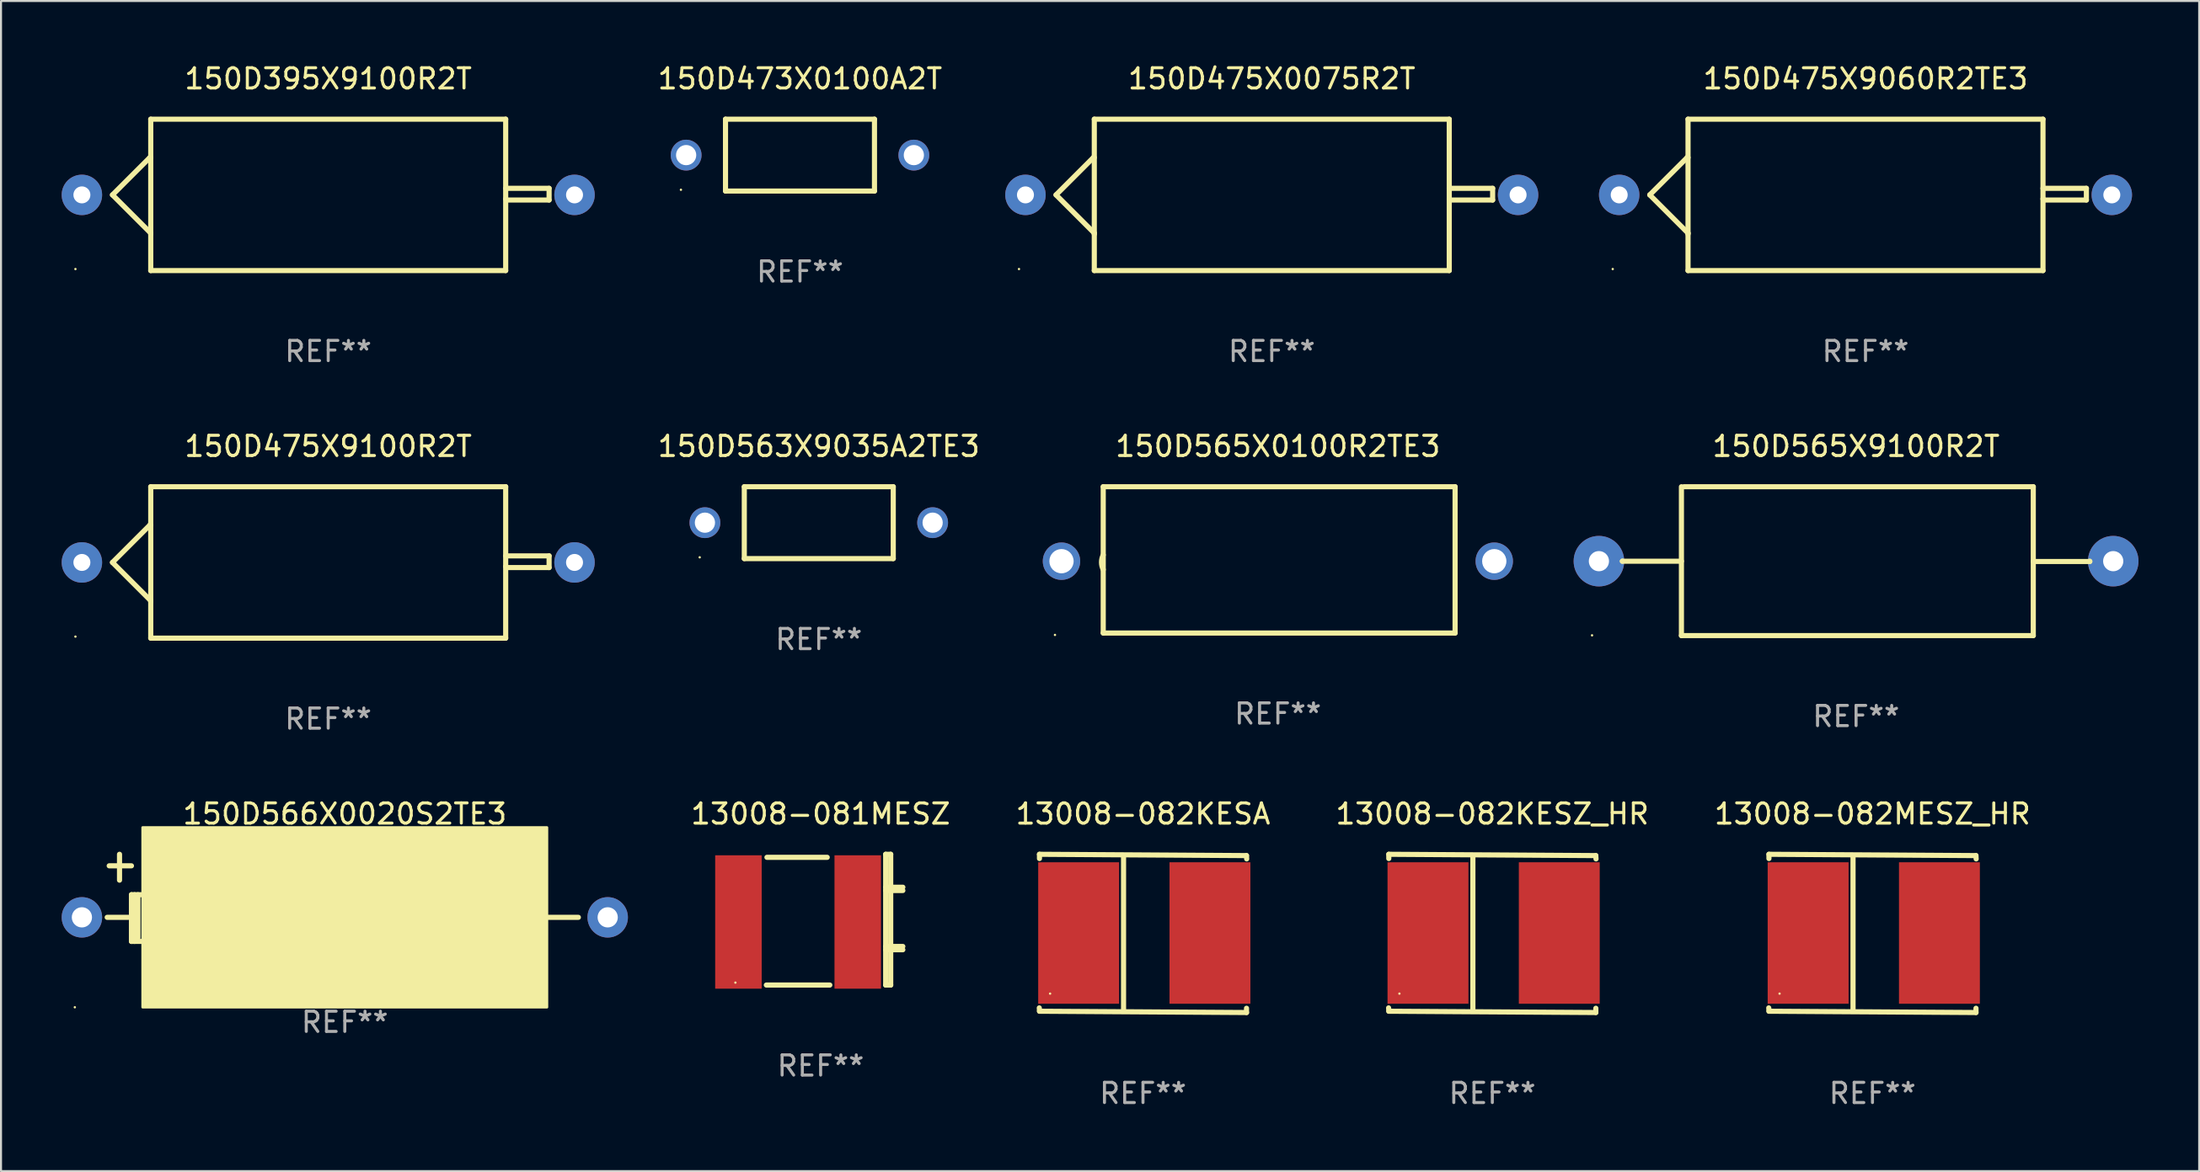
<source format=kicad_pcb>
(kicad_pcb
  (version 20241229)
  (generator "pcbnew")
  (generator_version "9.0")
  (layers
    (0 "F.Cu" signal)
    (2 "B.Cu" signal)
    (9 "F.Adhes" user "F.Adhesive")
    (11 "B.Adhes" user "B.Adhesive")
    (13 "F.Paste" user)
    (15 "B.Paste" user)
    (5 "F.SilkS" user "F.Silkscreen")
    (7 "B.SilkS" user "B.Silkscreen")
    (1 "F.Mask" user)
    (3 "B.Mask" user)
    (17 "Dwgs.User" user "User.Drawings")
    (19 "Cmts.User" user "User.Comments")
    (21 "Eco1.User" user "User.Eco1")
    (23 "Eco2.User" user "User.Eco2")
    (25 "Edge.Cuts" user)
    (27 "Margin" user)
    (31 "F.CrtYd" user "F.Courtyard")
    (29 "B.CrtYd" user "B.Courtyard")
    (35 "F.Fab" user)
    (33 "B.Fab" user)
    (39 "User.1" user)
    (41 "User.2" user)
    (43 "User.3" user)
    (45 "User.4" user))
  (footprint "150D475X0075R2T"
    (layer "F.Cu")
    (at 59.838 6.594)
    (property "Reference" "150D475X0075R2T" (at 0 -5.746 0) (layer "F.SilkS") (effects (font (size 1 1) (thickness 0.15))))
    (attr through_hole)
    (fp_line (start -10.668 0) (end -8.776 1.892) (stroke (width 0.254) (type solid)) (layer "F.SilkS"))
    (fp_line (start -8.821 -1.847) (end -10.668 0) (stroke (width 0.254) (type solid)) (layer "F.SilkS"))
    (fp_line (start -8.776 -1.847) (end -8.821 -1.847) (stroke (width 0.254) (type solid)) (layer "F.SilkS"))
    (fp_line (start -8.776 1.892) (end -8.776 1.943) (stroke (width 0.254) (type solid)) (layer "F.SilkS"))
    (fp_line (start -8.776 -3.746) (end 8.776 -3.746) (stroke (width 0.254) (type solid)) (layer "F.SilkS"))
    (fp_line (start -8.776 3.746) (end -8.776 -3.746) (stroke (width 0.254) (type solid)) (layer "F.SilkS"))
    (fp_line (start 8.776 -3.746) (end 8.776 3.746) (stroke (width 0.254) (type solid)) (layer "F.SilkS"))
    (fp_line (start 8.776 -0.325) (end 10.922 -0.325) (stroke (width 0.254) (type solid)) (layer "F.SilkS"))
    (fp_line (start 8.776 3.746) (end -8.776 3.746) (stroke (width 0.254) (type solid)) (layer "F.SilkS"))
    (fp_line (start 8.831 0.254) (end 8.776 0.199) (stroke (width 0.254) (type solid)) (layer "F.SilkS"))
    (fp_line (start 10.922 -0.325) (end 10.922 0.254) (stroke (width 0.254) (type solid)) (layer "F.SilkS"))
    (fp_line (start 10.922 0.254) (end 8.831 0.254) (stroke (width 0.254) (type solid)) (layer "F.SilkS"))
    (fp_circle (center -12.5 3.67) (end -12.47 3.67) (stroke (width 0.06) (type solid)) (fill no) (layer "F.SilkS"))
    (fp_text user "+" (at -8.323 0.924 0) (layer "B.Mask") (effects (font (size 1 1) (thickness 0.15))))
    (fp_text user "REF**" (at 0 7.746 0) (layer "F.Fab") (effects (font (size 1 1) (thickness 0.15))))
    (pad "1" thru_hole circle (at -12.18 0) (size 2 2) (drill 0.84) (layers "*.Cu" "*.Mask"))
    (pad "2" thru_hole circle (at 12.18 0) (size 2 2) (drill 0.84) (layers "*.Cu" "*.Mask")))
  (footprint "13008-082MESZ_HR"
    (layer "F.Cu")
    (at 89.542 43.141)
    (property "Reference" "13008-082MESZ_HR" (at 0 -5.915 0) (layer "F.SilkS") (effects (font (size 1 1) (thickness 0.15))))
    (attr through_hole)
    (fp_line (start -5.119 -3.915) (end 5.117 -3.851) (stroke (width 0.254) (type solid)) (layer "F.SilkS"))
    (fp_line (start -5.119 -3.704) (end -5.119 -3.915) (stroke (width 0.254) (type solid)) (layer "F.SilkS"))
    (fp_line (start -5.117 3.851) (end -5.128 3.686) (stroke (width 0.254) (type solid)) (layer "F.SilkS"))
    (fp_line (start -0.961 -3.801) (end -0.961 3.824) (stroke (width 0.254) (type solid)) (layer "F.SilkS"))
    (fp_line (start 5.117 -3.851) (end 5.128 -3.686) (stroke (width 0.254) (type solid)) (layer "F.SilkS"))
    (fp_line (start 5.119 3.704) (end 5.119 3.915) (stroke (width 0.254) (type solid)) (layer "F.SilkS"))
    (fp_line (start 5.119 3.915) (end -5.117 3.851) (stroke (width 0.254) (type solid)) (layer "F.SilkS"))
    (fp_circle (center -4.594 2.98) (end -4.564 2.98) (stroke (width 0.06) (type solid)) (fill no) (layer "F.SilkS"))
    (fp_text user "REF**" (at 0 7.915 0) (layer "F.Fab") (effects (font (size 1 1) (thickness 0.15))))
    (pad "1" smd rect (at -3.182 -0.02) (size 4 7) (layers "F.Cu" "F.Mask" "F.Paste"))
    (pad "2" smd rect (at 3.311 -0.02) (size 4 7) (layers "F.Cu" "F.Mask" "F.Paste")))
  (footprint "150D563X9035A2TE3"
    (layer "F.Cu")
    (at 37.438 22.815)
    (property "Reference" "150D563X9035A2TE3" (at 0 -3.778 0) (layer "F.SilkS") (effects (font (size 1 1) (thickness 0.15))))
    (attr through_hole)
    (fp_line (start -3.683 -1.778) (end -3.683 1.778) (stroke (width 0.254) (type solid)) (layer "F.SilkS"))
    (fp_line (start -3.683 1.778) (end 3.683 1.778) (stroke (width 0.254) (type solid)) (layer "F.SilkS"))
    (fp_line (start 3.683 -1.778) (end -3.683 -1.778) (stroke (width 0.254) (type solid)) (layer "F.SilkS"))
    (fp_line (start 3.683 1.778) (end 3.683 -1.778) (stroke (width 0.254) (type solid)) (layer "F.SilkS"))
    (fp_circle (center -5.888 1.715) (end -5.858 1.715) (stroke (width 0.06) (type solid)) (fill no) (layer "F.SilkS"))
    (fp_text user "REF**" (at 0 5.778 0) (layer "F.Fab") (effects (font (size 1 1) (thickness 0.15))))
    (pad "1" thru_hole circle (at -5.63 0) (size 1.524 1.524) (drill 1) (layers "*.Cu" "*.Mask"))
    (pad "2" thru_hole circle (at 5.63 0) (size 1.524 1.524) (drill 1) (layers "*.Cu" "*.Mask")))
  (footprint "150D566X0020S2TE3"
    (layer "F.Cu")
    (at 14 41.381)
    (property "Reference" "150D566X0020S2TE3" (at 0 -4.155 0) (layer "F.SilkS") (effects (font (size 1 1) (thickness 0.15))))
    (attr through_hole)
    (fp_line (start -11.65 -1.585) (end -10.55 -1.585) (stroke (width 0.254) (type solid)) (layer "F.SilkS"))
    (fp_line (start -11.14 -2.155) (end -11.14 -0.875) (stroke (width 0.254) (type solid)) (layer "F.SilkS"))
    (fp_line (start -10.7 0.965) (end -11.75 0.965) (stroke (width 0.254) (type solid)) (layer "F.SilkS"))
    (fp_line (start -10.55 -0.155) (end -10.55 2.155) (stroke (width 0.254) (type solid)) (layer "F.SilkS"))
    (fp_line (start -10.55 2.155) (end -10.08 2.155) (stroke (width 0.254) (type solid)) (layer "F.SilkS"))
    (fp_line (start -10.396 -0.155) (end -10.396 2.155) (stroke (width 0.254) (type solid)) (layer "F.SilkS"))
    (fp_line (start -10.231 -0.155) (end -10.231 1.985) (stroke (width 0.254) (type solid)) (layer "F.SilkS"))
    (fp_line (start -10.08 -0.155) (end -10.55 -0.155) (stroke (width 0.254) (type solid)) (layer "F.SilkS"))
    (fp_line (start 10 0.965) (end 11.55 0.965) (stroke (width 0.254) (type solid)) (layer "F.SilkS"))
    (fp_circle (center -13.35 5.415) (end -13.32 5.415) (stroke (width 0.06) (type solid)) (fill no) (layer "F.SilkS"))
    (fp_poly (pts (xy -10 -3.485) (xy 10 -3.485) (xy 10 5.415) (xy -10 5.415)) (stroke (width 0.12) (type solid)) (fill yes) (layer "F.SilkS"))
    (fp_text user "REF**" (at 0 6.155 0) (layer "F.Fab") (effects (font (size 1 1) (thickness 0.15))))
    (pad "1" thru_hole circle (at -13 0.965) (size 2 2) (drill 1) (layers "*.Cu" "*.Mask"))
    (pad "2" thru_hole circle (at 13 0.965) (size 2 2) (drill 1) (layers "*.Cu" "*.Mask")))
  (footprint "13008-081MESZ"
    (layer "F.Cu")
    (at 37.53 42.461)
    (property "Reference" "13008-081MESZ" (at 0 -5.235 0) (layer "F.SilkS") (effects (font (size 1 1) (thickness 0.15))))
    (attr through_hole)
    (fp_line (start -2.655 -3.085) (end 0.325 -3.085) (stroke (width 0.254) (type solid)) (layer "F.SilkS"))
    (fp_line (start 0.454 3.235) (end -2.685 3.235) (stroke (width 0.254) (type solid)) (layer "F.SilkS"))
    (fp_line (start 3.215 1.325) (end 4.064 1.325) (stroke (width 0.254) (type solid)) (layer "F.SilkS"))
    (fp_line (start 3.215 1.488) (end 4.064 1.488) (stroke (width 0.254) (type solid)) (layer "F.SilkS"))
    (fp_line (start 3.216 -3.235) (end 3.216 3.235) (stroke (width 0.254) (type solid)) (layer "F.SilkS"))
    (fp_line (start 3.216 -3.235) (end 3.465 -3.235) (stroke (width 0.254) (type solid)) (layer "F.SilkS"))
    (fp_line (start 3.216 -1.606) (end 4.065 -1.606) (stroke (width 0.254) (type solid)) (layer "F.SilkS"))
    (fp_line (start 3.216 -1.443) (end 4.065 -1.443) (stroke (width 0.254) (type solid)) (layer "F.SilkS"))
    (fp_line (start 3.465 -3.235) (end 3.465 3.235) (stroke (width 0.254) (type solid)) (layer "F.SilkS"))
    (fp_line (start 3.465 3.235) (end 3.216 3.235) (stroke (width 0.254) (type solid)) (layer "F.SilkS"))
    (fp_circle (center -4.215 3.115) (end -4.185 3.115) (stroke (width 0.06) (type solid)) (fill no) (layer "F.SilkS"))
    (fp_text user "REF**" (at 0 7.235 0) (layer "F.Fab") (effects (font (size 1 1) (thickness 0.15))))
    (pad "1" smd rect (at -4.065 0.115) (size 2.3 6.6) (layers "F.Cu" "F.Mask" "F.Paste"))
    (pad "2" smd rect (at 1.835 0.115) (size 2.3 6.6) (layers "F.Cu" "F.Mask" "F.Paste")))
  (footprint "13008-082KESZ_HR"
    (layer "F.Cu")
    (at 70.744 43.141)
    (property "Reference" "13008-082KESZ_HR" (at 0 -5.915 0) (layer "F.SilkS") (effects (font (size 1 1) (thickness 0.15))))
    (attr through_hole)
    (fp_line (start -5.119 -3.915) (end 5.117 -3.851) (stroke (width 0.254) (type solid)) (layer "F.SilkS"))
    (fp_line (start -5.119 -3.704) (end -5.119 -3.915) (stroke (width 0.254) (type solid)) (layer "F.SilkS"))
    (fp_line (start -5.117 3.851) (end -5.128 3.686) (stroke (width 0.254) (type solid)) (layer "F.SilkS"))
    (fp_line (start -0.961 -3.801) (end -0.961 3.824) (stroke (width 0.254) (type solid)) (layer "F.SilkS"))
    (fp_line (start 5.117 -3.851) (end 5.128 -3.686) (stroke (width 0.254) (type solid)) (layer "F.SilkS"))
    (fp_line (start 5.119 3.704) (end 5.119 3.915) (stroke (width 0.254) (type solid)) (layer "F.SilkS"))
    (fp_line (start 5.119 3.915) (end -5.117 3.851) (stroke (width 0.254) (type solid)) (layer "F.SilkS"))
    (fp_circle (center -4.594 2.98) (end -4.564 2.98) (stroke (width 0.06) (type solid)) (fill no) (layer "F.SilkS"))
    (fp_text user "REF**" (at 0 7.915 0) (layer "F.Fab") (effects (font (size 1 1) (thickness 0.15))))
    (pad "1" smd rect (at -3.182 -0.02) (size 4 7) (layers "F.Cu" "F.Mask" "F.Paste"))
    (pad "2" smd rect (at 3.311 -0.02) (size 4 7) (layers "F.Cu" "F.Mask" "F.Paste")))
  (footprint "150D475X9060R2TE3"
    (layer "F.Cu")
    (at 89.198 6.594)
    (property "Reference" "150D475X9060R2TE3" (at 0 -5.746 0) (layer "F.SilkS") (effects (font (size 1 1) (thickness 0.15))))
    (attr through_hole)
    (fp_line (start -10.668 0) (end -8.776 1.892) (stroke (width 0.254) (type solid)) (layer "F.SilkS"))
    (fp_line (start -8.821 -1.847) (end -10.668 0) (stroke (width 0.254) (type solid)) (layer "F.SilkS"))
    (fp_line (start -8.776 -1.847) (end -8.821 -1.847) (stroke (width 0.254) (type solid)) (layer "F.SilkS"))
    (fp_line (start -8.776 1.892) (end -8.776 1.943) (stroke (width 0.254) (type solid)) (layer "F.SilkS"))
    (fp_line (start -8.776 -3.746) (end 8.776 -3.746) (stroke (width 0.254) (type solid)) (layer "F.SilkS"))
    (fp_line (start -8.776 3.746) (end -8.776 -3.746) (stroke (width 0.254) (type solid)) (layer "F.SilkS"))
    (fp_line (start 8.776 -3.746) (end 8.776 3.746) (stroke (width 0.254) (type solid)) (layer "F.SilkS"))
    (fp_line (start 8.776 -0.325) (end 10.922 -0.325) (stroke (width 0.254) (type solid)) (layer "F.SilkS"))
    (fp_line (start 8.776 3.746) (end -8.776 3.746) (stroke (width 0.254) (type solid)) (layer "F.SilkS"))
    (fp_line (start 8.831 0.254) (end 8.776 0.199) (stroke (width 0.254) (type solid)) (layer "F.SilkS"))
    (fp_line (start 10.922 -0.325) (end 10.922 0.254) (stroke (width 0.254) (type solid)) (layer "F.SilkS"))
    (fp_line (start 10.922 0.254) (end 8.831 0.254) (stroke (width 0.254) (type solid)) (layer "F.SilkS"))
    (fp_circle (center -12.5 3.67) (end -12.47 3.67) (stroke (width 0.06) (type solid)) (fill no) (layer "F.SilkS"))
    (fp_text user "+" (at -8.323 0.924 0) (layer "B.Mask") (effects (font (size 1 1) (thickness 0.15))))
    (fp_text user "REF**" (at 0 7.746 0) (layer "F.Fab") (effects (font (size 1 1) (thickness 0.15))))
    (pad "1" thru_hole circle (at -12.18 0) (size 2 2) (drill 0.84) (layers "*.Cu" "*.Mask"))
    (pad "2" thru_hole circle (at 12.18 0) (size 2 2) (drill 0.84) (layers "*.Cu" "*.Mask")))
  (footprint "150D473X0100A2T"
    (layer "F.Cu")
    (at 36.509 4.626)
    (property "Reference" "150D473X0100A2T" (at 0 -3.778 0) (layer "F.SilkS") (effects (font (size 1 1) (thickness 0.15))))
    (attr through_hole)
    (fp_line (start -3.683 -1.778) (end -3.683 1.778) (stroke (width 0.254) (type solid)) (layer "F.SilkS"))
    (fp_line (start -3.683 1.778) (end 3.683 1.778) (stroke (width 0.254) (type solid)) (layer "F.SilkS"))
    (fp_line (start 3.683 -1.778) (end -3.683 -1.778) (stroke (width 0.254) (type solid)) (layer "F.SilkS"))
    (fp_line (start 3.683 1.778) (end 3.683 -1.778) (stroke (width 0.254) (type solid)) (layer "F.SilkS"))
    (fp_circle (center -5.888 1.715) (end -5.858 1.715) (stroke (width 0.06) (type solid)) (fill no) (layer "F.SilkS"))
    (fp_text user "REF**" (at 0 5.778 0) (layer "F.Fab") (effects (font (size 1 1) (thickness 0.15))))
    (pad "1" thru_hole circle (at -5.63 0) (size 1.524 1.524) (drill 1) (layers "*.Cu" "*.Mask"))
    (pad "2" thru_hole circle (at 5.63 0) (size 1.524 1.524) (drill 1) (layers "*.Cu" "*.Mask")))
  (footprint "150D565X9100R2T"
    (layer "F.Cu")
    (at 88.731 24.72)
    (property "Reference" "150D565X9100R2T" (at 0 -5.683 0) (layer "F.SilkS") (effects (font (size 1 1) (thickness 0.15))))
    (attr through_hole)
    (fp_line (start -11.557 0.002) (end -11.557 0) (stroke (width 0.254) (type solid)) (layer "F.SilkS"))
    (fp_line (start -8.636 -3.683) (end -8.636 3.683) (stroke (width 0.254) (type solid)) (layer "F.SilkS"))
    (fp_line (start -8.636 0.002) (end -11.557 0.002) (stroke (width 0.254) (type solid)) (layer "F.SilkS"))
    (fp_line (start -8.636 3.683) (end 8.763 3.683) (stroke (width 0.254) (type solid)) (layer "F.SilkS"))
    (fp_line (start 8.763 -3.683) (end -8.509 -3.683) (stroke (width 0.254) (type solid)) (layer "F.SilkS"))
    (fp_line (start 8.763 0.016) (end 11.557 0.016) (stroke (width 0.254) (type solid)) (layer "F.SilkS"))
    (fp_line (start 8.763 3.683) (end 8.763 -3.683) (stroke (width 0.254) (type solid)) (layer "F.SilkS"))
    (fp_line (start 11.557 0.016) (end 11.557 0) (stroke (width 0.254) (type solid)) (layer "F.SilkS"))
    (fp_circle (center -13.056 3.67) (end -13.026 3.67) (stroke (width 0.06) (type solid)) (fill no) (layer "F.SilkS"))
    (fp_text user "REF**" (at 0 7.683 0) (layer "F.Fab") (effects (font (size 1 1) (thickness 0.15))))
    (pad "1" thru_hole circle (at -12.716 0) (size 2.5 2.5) (drill 1) (layers "*.Cu" "*.Mask"))
    (pad "2" thru_hole circle (at 12.716 0) (size 2.5 2.5) (drill 1) (layers "*.Cu" "*.Mask")))
  (footprint "150D565X0100R2TE3"
    (layer "F.Cu")
    (at 60.14 24.657)
    (property "Reference" "150D565X0100R2TE3" (at 0 -5.62 0) (layer "F.SilkS") (effects (font (size 1 1) (thickness 0.15))))
    (attr through_hole)
    (fp_line (start -8.636 -3.62) (end -8.636 3.62) (stroke (width 0.254) (type solid)) (layer "F.SilkS"))
    (fp_line (start -8.636 3.62) (end 8.763 3.62) (stroke (width 0.254) (type solid)) (layer "F.SilkS"))
    (fp_line (start 8.763 -3.62) (end -8.636 -3.62) (stroke (width 0.254) (type solid)) (layer "F.SilkS"))
    (fp_line (start 8.763 3.62) (end 8.763 -3.62) (stroke (width 0.254) (type solid)) (layer "F.SilkS"))
    (fp_arc (start -8.636017 0.480061) (mid -8.72152 0.117869) (end -8.636017 -0.244323) (stroke (width 0.254001) (type solid)) (layer "F.SilkS"))
    (fp_circle (center -11.023 3.713) (end -10.993 3.713) (stroke (width 0.06) (type solid)) (fill no) (layer "F.SilkS"))
    (fp_text user "REF**" (at 0 7.62 0) (layer "F.Fab") (effects (font (size 1 1) (thickness 0.15))))
    (pad "1" thru_hole circle (at -10.7 0.064) (size 1.85 1.85) (drill 1.2) (layers "*.Cu" "*.Mask"))
    (pad "2" thru_hole circle (at 10.7 0.064) (size 1.85 1.85) (drill 1.2) (layers "*.Cu" "*.Mask")))
  (footprint "150D475X9100R2T"
    (layer "F.Cu")
    (at 13.18 24.783)
    (property "Reference" "150D475X9100R2T" (at 0 -5.746 0) (layer "F.SilkS") (effects (font (size 1 1) (thickness 0.15))))
    (attr through_hole)
    (fp_line (start -10.668 0) (end -8.776 1.892) (stroke (width 0.254) (type solid)) (layer "F.SilkS"))
    (fp_line (start -8.821 -1.847) (end -10.668 0) (stroke (width 0.254) (type solid)) (layer "F.SilkS"))
    (fp_line (start -8.776 -1.847) (end -8.821 -1.847) (stroke (width 0.254) (type solid)) (layer "F.SilkS"))
    (fp_line (start -8.776 1.892) (end -8.776 1.943) (stroke (width 0.254) (type solid)) (layer "F.SilkS"))
    (fp_line (start -8.776 -3.746) (end 8.776 -3.746) (stroke (width 0.254) (type solid)) (layer "F.SilkS"))
    (fp_line (start -8.776 3.746) (end -8.776 -3.746) (stroke (width 0.254) (type solid)) (layer "F.SilkS"))
    (fp_line (start 8.776 -3.746) (end 8.776 3.746) (stroke (width 0.254) (type solid)) (layer "F.SilkS"))
    (fp_line (start 8.776 -0.325) (end 10.922 -0.325) (stroke (width 0.254) (type solid)) (layer "F.SilkS"))
    (fp_line (start 8.776 3.746) (end -8.776 3.746) (stroke (width 0.254) (type solid)) (layer "F.SilkS"))
    (fp_line (start 8.831 0.254) (end 8.776 0.199) (stroke (width 0.254) (type solid)) (layer "F.SilkS"))
    (fp_line (start 10.922 -0.325) (end 10.922 0.254) (stroke (width 0.254) (type solid)) (layer "F.SilkS"))
    (fp_line (start 10.922 0.254) (end 8.831 0.254) (stroke (width 0.254) (type solid)) (layer "F.SilkS"))
    (fp_circle (center -12.5 3.67) (end -12.47 3.67) (stroke (width 0.06) (type solid)) (fill no) (layer "F.SilkS"))
    (fp_text user "+" (at -8.323 0.924 0) (layer "B.Mask") (effects (font (size 1 1) (thickness 0.15))))
    (fp_text user "REF**" (at 0 7.746 0) (layer "F.Fab") (effects (font (size 1 1) (thickness 0.15))))
    (pad "1" thru_hole circle (at -12.18 0) (size 2 2) (drill 0.84) (layers "*.Cu" "*.Mask"))
    (pad "2" thru_hole circle (at 12.18 0) (size 2 2) (drill 0.84) (layers "*.Cu" "*.Mask")))
  (footprint "150D395X9100R2T"
    (layer "F.Cu")
    (at 13.18 6.594)
    (property "Reference" "150D395X9100R2T" (at 0 -5.746 0) (layer "F.SilkS") (effects (font (size 1 1) (thickness 0.15))))
    (attr through_hole)
    (fp_line (start -10.668 0) (end -8.776 1.892) (stroke (width 0.254) (type solid)) (layer "F.SilkS"))
    (fp_line (start -8.821 -1.847) (end -10.668 0) (stroke (width 0.254) (type solid)) (layer "F.SilkS"))
    (fp_line (start -8.776 -1.847) (end -8.821 -1.847) (stroke (width 0.254) (type solid)) (layer "F.SilkS"))
    (fp_line (start -8.776 1.892) (end -8.776 1.943) (stroke (width 0.254) (type solid)) (layer "F.SilkS"))
    (fp_line (start -8.776 -3.746) (end 8.776 -3.746) (stroke (width 0.254) (type solid)) (layer "F.SilkS"))
    (fp_line (start -8.776 3.746) (end -8.776 -3.746) (stroke (width 0.254) (type solid)) (layer "F.SilkS"))
    (fp_line (start 8.776 -3.746) (end 8.776 3.746) (stroke (width 0.254) (type solid)) (layer "F.SilkS"))
    (fp_line (start 8.776 -0.325) (end 10.922 -0.325) (stroke (width 0.254) (type solid)) (layer "F.SilkS"))
    (fp_line (start 8.776 3.746) (end -8.776 3.746) (stroke (width 0.254) (type solid)) (layer "F.SilkS"))
    (fp_line (start 8.831 0.254) (end 8.776 0.199) (stroke (width 0.254) (type solid)) (layer "F.SilkS"))
    (fp_line (start 10.922 -0.325) (end 10.922 0.254) (stroke (width 0.254) (type solid)) (layer "F.SilkS"))
    (fp_line (start 10.922 0.254) (end 8.831 0.254) (stroke (width 0.254) (type solid)) (layer "F.SilkS"))
    (fp_circle (center -12.5 3.67) (end -12.47 3.67) (stroke (width 0.06) (type solid)) (fill no) (layer "F.SilkS"))
    (fp_text user "+" (at -8.323 0.924 0) (layer "B.Mask") (effects (font (size 1 1) (thickness 0.15))))
    (fp_text user "REF**" (at 0 7.746 0) (layer "F.Fab") (effects (font (size 1 1) (thickness 0.15))))
    (pad "1" thru_hole circle (at -12.18 0) (size 2 2) (drill 0.84) (layers "*.Cu" "*.Mask"))
    (pad "2" thru_hole circle (at 12.18 0) (size 2 2) (drill 0.84) (layers "*.Cu" "*.Mask")))
  (footprint "13008-082KESA"
    (layer "F.Cu")
    (at 53.47 43.141)
    (property "Reference" "13008-082KESA" (at 0 -5.915 0) (layer "F.SilkS") (effects (font (size 1 1) (thickness 0.15))))
    (attr through_hole)
    (fp_line (start -5.119 -3.915) (end 5.117 -3.851) (stroke (width 0.254) (type solid)) (layer "F.SilkS"))
    (fp_line (start -5.119 -3.704) (end -5.119 -3.915) (stroke (width 0.254) (type solid)) (layer "F.SilkS"))
    (fp_line (start -5.117 3.851) (end -5.128 3.686) (stroke (width 0.254) (type solid)) (layer "F.SilkS"))
    (fp_line (start -0.961 -3.801) (end -0.961 3.824) (stroke (width 0.254) (type solid)) (layer "F.SilkS"))
    (fp_line (start 5.117 -3.851) (end 5.128 -3.686) (stroke (width 0.254) (type solid)) (layer "F.SilkS"))
    (fp_line (start 5.119 3.704) (end 5.119 3.915) (stroke (width 0.254) (type solid)) (layer "F.SilkS"))
    (fp_line (start 5.119 3.915) (end -5.117 3.851) (stroke (width 0.254) (type solid)) (layer "F.SilkS"))
    (fp_circle (center -4.594 2.98) (end -4.564 2.98) (stroke (width 0.06) (type solid)) (fill no) (layer "F.SilkS"))
    (fp_text user "REF**" (at 0 7.915 0) (layer "F.Fab") (effects (font (size 1 1) (thickness 0.15))))
    (pad "1" smd rect (at -3.182 -0.02) (size 4 7) (layers "F.Cu" "F.Mask" "F.Paste"))
    (pad "2" smd rect (at 3.311 -0.02) (size 4 7) (layers "F.Cu" "F.Mask" "F.Paste")))
  (gr_rect
    (start -3 -3)
    (end 105.697 54.904)
    (stroke (width 0.1) (type default))
    (fill no)
    (layer "Edge.Cuts")))
</source>
